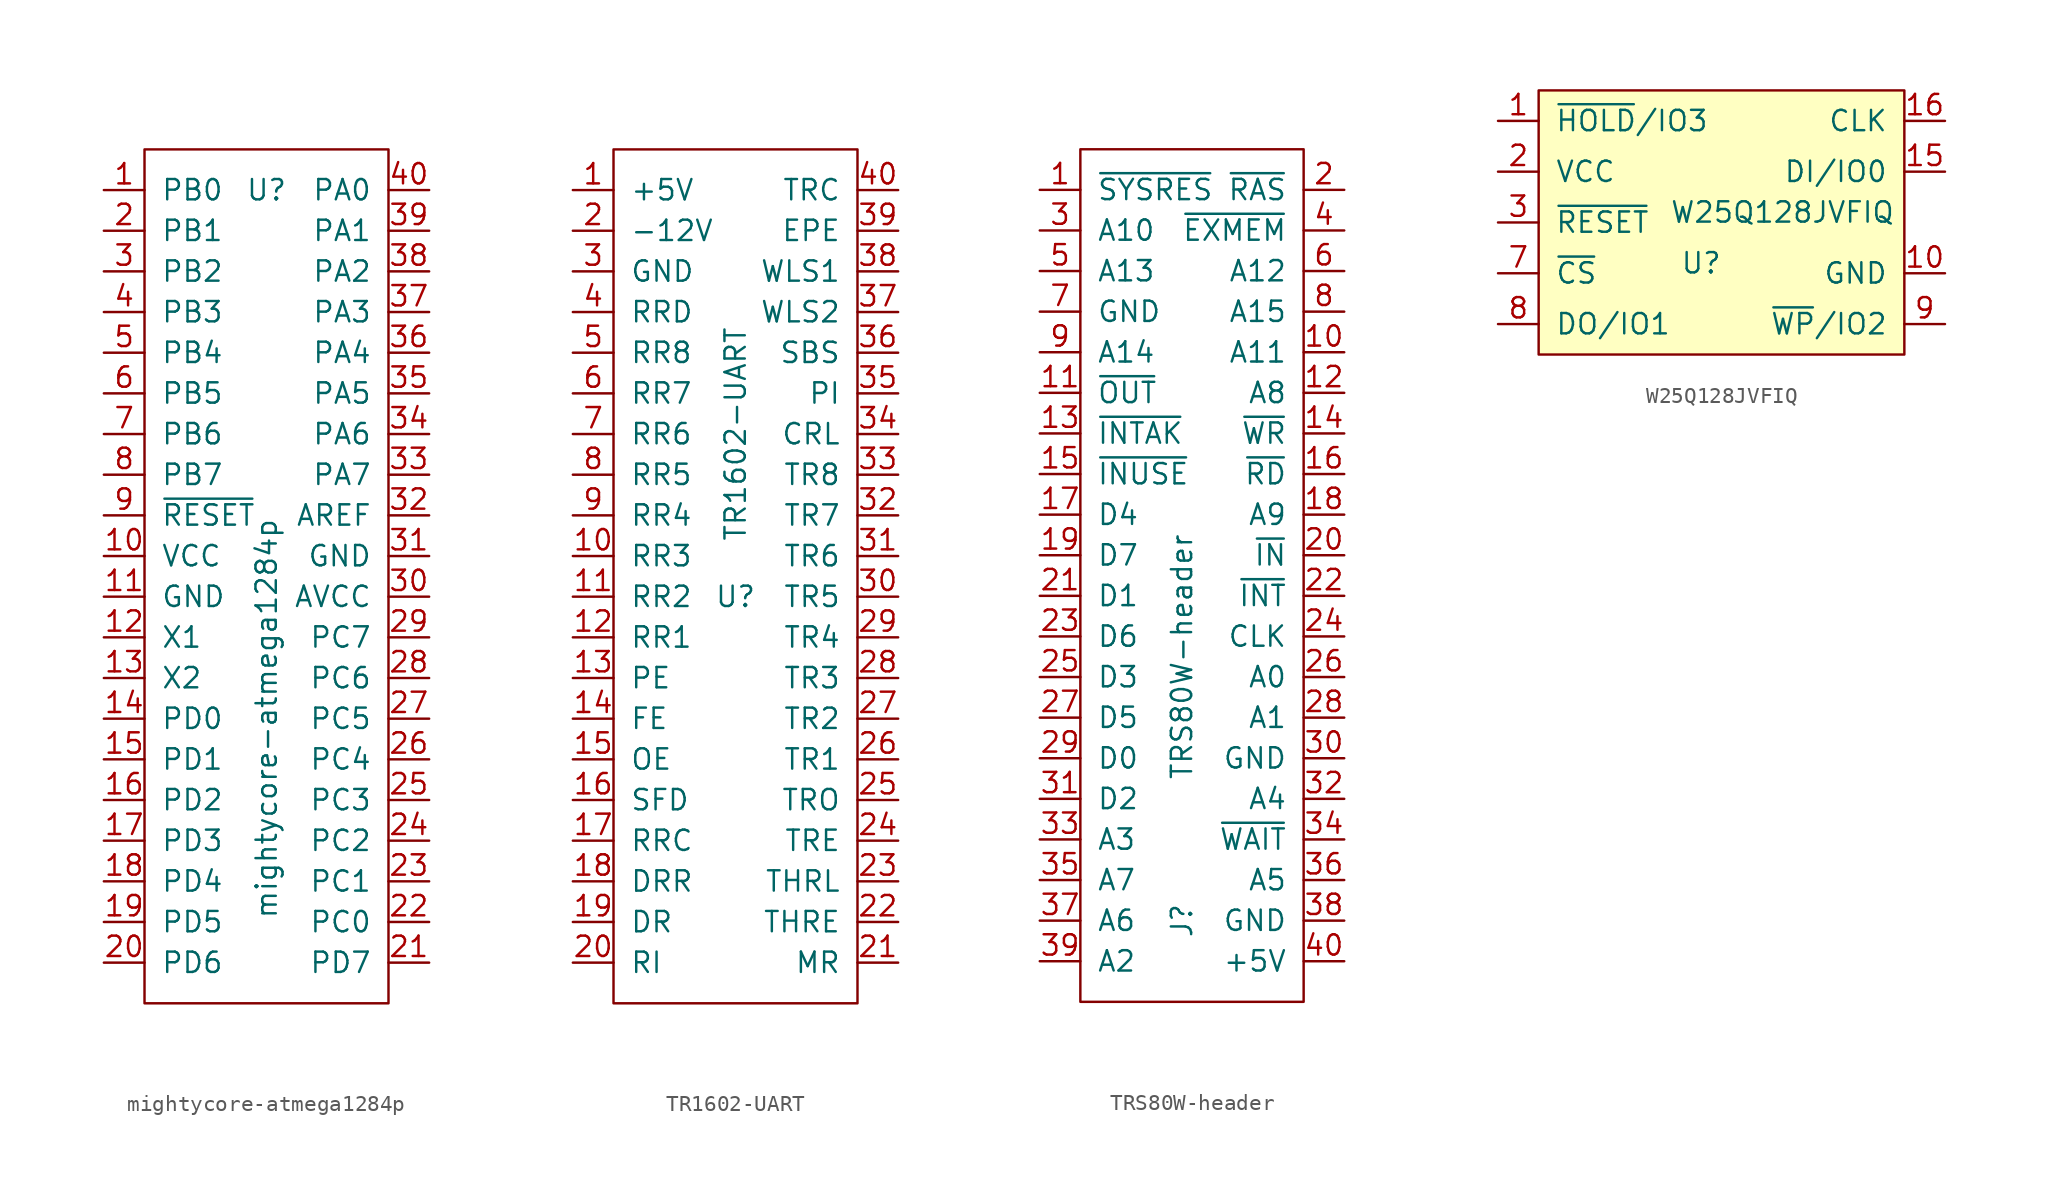
<source format=kicad_sym>
(kicad_symbol_lib
  (version 20211014)
  (generator kicad_symbol_editor)
  (symbol "mightycore-atmega1284p"
    (pin_names
      (offset 1.016))
    (property "Reference" "U"
      (at 0 25.4 0)
      (effects (font (size 1.27 1.27))))
    (property "Value" "mightycore-atmega1284p"
      (at 0 -7.62 90)
      (effects (font (size 1.27 1.27))))
    (symbol "mightycore-atmega1284p_0_1"
      (rectangle (start -7.62 27.94) (end 7.62 -25.4) (stroke (width 0) (type default) (color 0 0 0 0)) (fill (type none))))
    (symbol "mightycore-atmega1284p_1_1"
      (pin bidirectional line (at -10.16 25.4 0) (length 2.54) (name "PB0" (effects (font (size 1.27 1.27)))) (number "1" (effects (font (size 1.27 1.27)))))
      (pin power_in line (at -10.16 2.54 0) (length 2.54) (name "VCC" (effects (font (size 1.27 1.27)))) (number "10" (effects (font (size 1.27 1.27)))))
      (pin power_in line (at -10.16 0 0) (length 2.54) (name "GND" (effects (font (size 1.27 1.27)))) (number "11" (effects (font (size 1.27 1.27)))))
      (pin bidirectional line (at -10.16 -2.54 0) (length 2.54) (name "X1" (effects (font (size 1.27 1.27)))) (number "12" (effects (font (size 1.27 1.27)))))
      (pin bidirectional line (at -10.16 -5.08 0) (length 2.54) (name "X2" (effects (font (size 1.27 1.27)))) (number "13" (effects (font (size 1.27 1.27)))))
      (pin bidirectional line (at -10.16 -7.62 0) (length 2.54) (name "PD0" (effects (font (size 1.27 1.27)))) (number "14" (effects (font (size 1.27 1.27)))))
      (pin bidirectional line (at -10.16 -10.16 0) (length 2.54) (name "PD1" (effects (font (size 1.27 1.27)))) (number "15" (effects (font (size 1.27 1.27)))))
      (pin bidirectional line (at -10.16 -12.7 0) (length 2.54) (name "PD2" (effects (font (size 1.27 1.27)))) (number "16" (effects (font (size 1.27 1.27)))))
      (pin bidirectional line (at -10.16 -15.24 0) (length 2.54) (name "PD3" (effects (font (size 1.27 1.27)))) (number "17" (effects (font (size 1.27 1.27)))))
      (pin bidirectional line (at -10.16 -17.78 0) (length 2.54) (name "PD4" (effects (font (size 1.27 1.27)))) (number "18" (effects (font (size 1.27 1.27)))))
      (pin bidirectional line (at -10.16 -20.32 0) (length 2.54) (name "PD5" (effects (font (size 1.27 1.27)))) (number "19" (effects (font (size 1.27 1.27)))))
      (pin bidirectional line (at -10.16 22.86 0) (length 2.54) (name "PB1" (effects (font (size 1.27 1.27)))) (number "2" (effects (font (size 1.27 1.27)))))
      (pin bidirectional line (at -10.16 -22.86 0) (length 2.54) (name "PD6" (effects (font (size 1.27 1.27)))) (number "20" (effects (font (size 1.27 1.27)))))
      (pin bidirectional line (at 10.16 -22.86 180) (length 2.54) (name "PD7" (effects (font (size 1.27 1.27)))) (number "21" (effects (font (size 1.27 1.27)))))
      (pin bidirectional line (at 10.16 -20.32 180) (length 2.54) (name "PC0" (effects (font (size 1.27 1.27)))) (number "22" (effects (font (size 1.27 1.27)))))
      (pin bidirectional line (at 10.16 -17.78 180) (length 2.54) (name "PC1" (effects (font (size 1.27 1.27)))) (number "23" (effects (font (size 1.27 1.27)))))
      (pin bidirectional line (at 10.16 -15.24 180) (length 2.54) (name "PC2" (effects (font (size 1.27 1.27)))) (number "24" (effects (font (size 1.27 1.27)))))
      (pin bidirectional line (at 10.16 -12.7 180) (length 2.54) (name "PC3" (effects (font (size 1.27 1.27)))) (number "25" (effects (font (size 1.27 1.27)))))
      (pin bidirectional line (at 10.16 -10.16 180) (length 2.54) (name "PC4" (effects (font (size 1.27 1.27)))) (number "26" (effects (font (size 1.27 1.27)))))
      (pin bidirectional line (at 10.16 -7.62 180) (length 2.54) (name "PC5" (effects (font (size 1.27 1.27)))) (number "27" (effects (font (size 1.27 1.27)))))
      (pin bidirectional line (at 10.16 -5.08 180) (length 2.54) (name "PC6" (effects (font (size 1.27 1.27)))) (number "28" (effects (font (size 1.27 1.27)))))
      (pin bidirectional line (at 10.16 -2.54 180) (length 2.54) (name "PC7" (effects (font (size 1.27 1.27)))) (number "29" (effects (font (size 1.27 1.27)))))
      (pin bidirectional line (at -10.16 20.32 0) (length 2.54) (name "PB2" (effects (font (size 1.27 1.27)))) (number "3" (effects (font (size 1.27 1.27)))))
      (pin power_in line (at 10.16 0 180) (length 2.54) (name "AVCC" (effects (font (size 1.27 1.27)))) (number "30" (effects (font (size 1.27 1.27)))))
      (pin power_in line (at 10.16 2.54 180) (length 2.54) (name "GND" (effects (font (size 1.27 1.27)))) (number "31" (effects (font (size 1.27 1.27)))))
      (pin power_in line (at 10.16 5.08 180) (length 2.54) (name "AREF" (effects (font (size 1.27 1.27)))) (number "32" (effects (font (size 1.27 1.27)))))
      (pin bidirectional line (at 10.16 7.62 180) (length 2.54) (name "PA7" (effects (font (size 1.27 1.27)))) (number "33" (effects (font (size 1.27 1.27)))))
      (pin bidirectional line (at 10.16 10.16 180) (length 2.54) (name "PA6" (effects (font (size 1.27 1.27)))) (number "34" (effects (font (size 1.27 1.27)))))
      (pin bidirectional line (at 10.16 12.7 180) (length 2.54) (name "PA5" (effects (font (size 1.27 1.27)))) (number "35" (effects (font (size 1.27 1.27)))))
      (pin bidirectional line (at 10.16 15.24 180) (length 2.54) (name "PA4" (effects (font (size 1.27 1.27)))) (number "36" (effects (font (size 1.27 1.27)))))
      (pin bidirectional line (at 10.16 17.78 180) (length 2.54) (name "PA3" (effects (font (size 1.27 1.27)))) (number "37" (effects (font (size 1.27 1.27)))))
      (pin bidirectional line (at 10.16 20.32 180) (length 2.54) (name "PA2" (effects (font (size 1.27 1.27)))) (number "38" (effects (font (size 1.27 1.27)))))
      (pin bidirectional line (at 10.16 22.86 180) (length 2.54) (name "PA1" (effects (font (size 1.27 1.27)))) (number "39" (effects (font (size 1.27 1.27)))))
      (pin bidirectional line (at -10.16 17.78 0) (length 2.54) (name "PB3" (effects (font (size 1.27 1.27)))) (number "4" (effects (font (size 1.27 1.27)))))
      (pin bidirectional line (at 10.16 25.4 180) (length 2.54) (name "PA0" (effects (font (size 1.27 1.27)))) (number "40" (effects (font (size 1.27 1.27)))))
      (pin bidirectional line (at -10.16 15.24 0) (length 2.54) (name "PB4" (effects (font (size 1.27 1.27)))) (number "5" (effects (font (size 1.27 1.27)))))
      (pin bidirectional line (at -10.16 12.7 0) (length 2.54) (name "PB5" (effects (font (size 1.27 1.27)))) (number "6" (effects (font (size 1.27 1.27)))))
      (pin bidirectional line (at -10.16 10.16 0) (length 2.54) (name "PB6" (effects (font (size 1.27 1.27)))) (number "7" (effects (font (size 1.27 1.27)))))
      (pin bidirectional line (at -10.16 7.62 0) (length 2.54) (name "PB7" (effects (font (size 1.27 1.27)))) (number "8" (effects (font (size 1.27 1.27)))))
      (pin input line (at -10.16 5.08 0) (length 2.54) (name "~{RESET}" (effects (font (size 1.27 1.27)))) (number "9" (effects (font (size 1.27 1.27)))))))
  (symbol "TR1602-UART"
    (pin_names
      (offset 1.016))
    (property "Reference" "U"
      (at 0 0 0)
      (effects (font (size 1.27 1.27))))
    (property "Value" "TR1602-UART"
      (at 0 10.16 90)
      (effects (font (size 1.27 1.27))))
    (symbol "TR1602-UART_0_1"
      (rectangle (start -7.62 27.94) (end 7.62 -25.4) (stroke (width 0) (type default) (color 0 0 0 0)) (fill (type none))))
    (symbol "TR1602-UART_1_1"
      (pin power_in line (at -10.16 25.4 0) (length 2.54) (name "+5V" (effects (font (size 1.27 1.27)))) (number "1" (effects (font (size 1.27 1.27)))))
      (pin tri_state line (at -10.16 2.54 0) (length 2.54) (name "RR3" (effects (font (size 1.27 1.27)))) (number "10" (effects (font (size 1.27 1.27)))))
      (pin tri_state line (at -10.16 0 0) (length 2.54) (name "RR2" (effects (font (size 1.27 1.27)))) (number "11" (effects (font (size 1.27 1.27)))))
      (pin tri_state line (at -10.16 -2.54 0) (length 2.54) (name "RR1" (effects (font (size 1.27 1.27)))) (number "12" (effects (font (size 1.27 1.27)))))
      (pin tri_state line (at -10.16 -5.08 0) (length 2.54) (name "PE" (effects (font (size 1.27 1.27)))) (number "13" (effects (font (size 1.27 1.27)))))
      (pin tri_state line (at -10.16 -7.62 0) (length 2.54) (name "FE" (effects (font (size 1.27 1.27)))) (number "14" (effects (font (size 1.27 1.27)))))
      (pin tri_state line (at -10.16 -10.16 0) (length 2.54) (name "OE" (effects (font (size 1.27 1.27)))) (number "15" (effects (font (size 1.27 1.27)))))
      (pin input line (at -10.16 -12.7 0) (length 2.54) (name "SFD" (effects (font (size 1.27 1.27)))) (number "16" (effects (font (size 1.27 1.27)))))
      (pin input line (at -10.16 -15.24 0) (length 2.54) (name "RRC" (effects (font (size 1.27 1.27)))) (number "17" (effects (font (size 1.27 1.27)))))
      (pin input line (at -10.16 -17.78 0) (length 2.54) (name "DRR" (effects (font (size 1.27 1.27)))) (number "18" (effects (font (size 1.27 1.27)))))
      (pin tri_state line (at -10.16 -20.32 0) (length 2.54) (name "DR" (effects (font (size 1.27 1.27)))) (number "19" (effects (font (size 1.27 1.27)))))
      (pin power_in line (at -10.16 22.86 0) (length 2.54) (name "-12V" (effects (font (size 1.27 1.27)))) (number "2" (effects (font (size 1.27 1.27)))))
      (pin input line (at -10.16 -22.86 0) (length 2.54) (name "RI" (effects (font (size 1.27 1.27)))) (number "20" (effects (font (size 1.27 1.27)))))
      (pin input line (at 10.16 -22.86 180) (length 2.54) (name "MR" (effects (font (size 1.27 1.27)))) (number "21" (effects (font (size 1.27 1.27)))))
      (pin tri_state line (at 10.16 -20.32 180) (length 2.54) (name "THRE" (effects (font (size 1.27 1.27)))) (number "22" (effects (font (size 1.27 1.27)))))
      (pin input line (at 10.16 -17.78 180) (length 2.54) (name "THRL" (effects (font (size 1.27 1.27)))) (number "23" (effects (font (size 1.27 1.27)))))
      (pin tri_state line (at 10.16 -15.24 180) (length 2.54) (name "TRE" (effects (font (size 1.27 1.27)))) (number "24" (effects (font (size 1.27 1.27)))))
      (pin tri_state line (at 10.16 -12.7 180) (length 2.54) (name "TRO" (effects (font (size 1.27 1.27)))) (number "25" (effects (font (size 1.27 1.27)))))
      (pin tri_state line (at 10.16 -10.16 180) (length 2.54) (name "TR1" (effects (font (size 1.27 1.27)))) (number "26" (effects (font (size 1.27 1.27)))))
      (pin tri_state line (at 10.16 -7.62 180) (length 2.54) (name "TR2" (effects (font (size 1.27 1.27)))) (number "27" (effects (font (size 1.27 1.27)))))
      (pin tri_state line (at 10.16 -5.08 180) (length 2.54) (name "TR3" (effects (font (size 1.27 1.27)))) (number "28" (effects (font (size 1.27 1.27)))))
      (pin tri_state line (at 10.16 -2.54 180) (length 2.54) (name "TR4" (effects (font (size 1.27 1.27)))) (number "29" (effects (font (size 1.27 1.27)))))
      (pin power_in line (at -10.16 20.32 0) (length 2.54) (name "GND" (effects (font (size 1.27 1.27)))) (number "3" (effects (font (size 1.27 1.27)))))
      (pin tri_state line (at 10.16 0 180) (length 2.54) (name "TR5" (effects (font (size 1.27 1.27)))) (number "30" (effects (font (size 1.27 1.27)))))
      (pin tri_state line (at 10.16 2.54 180) (length 2.54) (name "TR6" (effects (font (size 1.27 1.27)))) (number "31" (effects (font (size 1.27 1.27)))))
      (pin tri_state line (at 10.16 5.08 180) (length 2.54) (name "TR7" (effects (font (size 1.27 1.27)))) (number "32" (effects (font (size 1.27 1.27)))))
      (pin tri_state line (at 10.16 7.62 180) (length 2.54) (name "TR8" (effects (font (size 1.27 1.27)))) (number "33" (effects (font (size 1.27 1.27)))))
      (pin input line (at 10.16 10.16 180) (length 2.54) (name "CRL" (effects (font (size 1.27 1.27)))) (number "34" (effects (font (size 1.27 1.27)))))
      (pin input line (at 10.16 12.7 180) (length 2.54) (name "PI" (effects (font (size 1.27 1.27)))) (number "35" (effects (font (size 1.27 1.27)))))
      (pin input line (at 10.16 15.24 180) (length 2.54) (name "SBS" (effects (font (size 1.27 1.27)))) (number "36" (effects (font (size 1.27 1.27)))))
      (pin input line (at 10.16 17.78 180) (length 2.54) (name "WLS2" (effects (font (size 1.27 1.27)))) (number "37" (effects (font (size 1.27 1.27)))))
      (pin input line (at 10.16 20.32 180) (length 2.54) (name "WLS1" (effects (font (size 1.27 1.27)))) (number "38" (effects (font (size 1.27 1.27)))))
      (pin input line (at 10.16 22.86 180) (length 2.54) (name "EPE" (effects (font (size 1.27 1.27)))) (number "39" (effects (font (size 1.27 1.27)))))
      (pin tri_state line (at -10.16 17.78 0) (length 2.54) (name "RRD" (effects (font (size 1.27 1.27)))) (number "4" (effects (font (size 1.27 1.27)))))
      (pin input line (at 10.16 25.4 180) (length 2.54) (name "TRC" (effects (font (size 1.27 1.27)))) (number "40" (effects (font (size 1.27 1.27)))))
      (pin tri_state line (at -10.16 15.24 0) (length 2.54) (name "RR8" (effects (font (size 1.27 1.27)))) (number "5" (effects (font (size 1.27 1.27)))))
      (pin tri_state line (at -10.16 12.7 0) (length 2.54) (name "RR7" (effects (font (size 1.27 1.27)))) (number "6" (effects (font (size 1.27 1.27)))))
      (pin tri_state line (at -10.16 10.16 0) (length 2.54) (name "RR6" (effects (font (size 1.27 1.27)))) (number "7" (effects (font (size 1.27 1.27)))))
      (pin tri_state line (at -10.16 7.62 0) (length 2.54) (name "RR5" (effects (font (size 1.27 1.27)))) (number "8" (effects (font (size 1.27 1.27)))))
      (pin tri_state line (at -10.16 5.08 0) (length 2.54) (name "RR4" (effects (font (size 1.27 1.27)))) (number "9" (effects (font (size 1.27 1.27)))))))
  (symbol "TRS80W-header"
    (pin_names
      (offset 1.016))
    (property "Reference" "J"
      (at 0 -22.86 90)
      (effects (font (size 1.27 1.27))))
    (property "Value" "TRS80W-header"
      (at 0 -6.35 90)
      (effects (font (size 1.27 1.27))))
    (symbol "TRS80W-header_0_1"
      (rectangle (start -6.35 25.4) (end 7.62 -27.94) (stroke (width 0) (type default) (color 0 0 0 0)) (fill (type none))))
    (symbol "TRS80W-header_1_1"
      (pin passive line (at -8.89 22.86 0) (length 2.54) (name "~{SYSRES}" (effects (font (size 1.27 1.27)))) (number "1" (effects (font (size 1.27 1.27)))))
      (pin passive line (at 10.16 12.7 180) (length 2.54) (name "A11" (effects (font (size 1.27 1.27)))) (number "10" (effects (font (size 1.27 1.27)))))
      (pin passive line (at -8.89 10.16 0) (length 2.54) (name "~{OUT}" (effects (font (size 1.27 1.27)))) (number "11" (effects (font (size 1.27 1.27)))))
      (pin passive line (at 10.16 10.16 180) (length 2.54) (name "A8" (effects (font (size 1.27 1.27)))) (number "12" (effects (font (size 1.27 1.27)))))
      (pin passive line (at -8.89 7.62 0) (length 2.54) (name "~{INTAK}" (effects (font (size 1.27 1.27)))) (number "13" (effects (font (size 1.27 1.27)))))
      (pin passive line (at 10.16 7.62 180) (length 2.54) (name "~{WR}" (effects (font (size 1.27 1.27)))) (number "14" (effects (font (size 1.27 1.27)))))
      (pin passive line (at -8.89 5.08 0) (length 2.54) (name "~{INUSE}" (effects (font (size 1.27 1.27)))) (number "15" (effects (font (size 1.27 1.27)))))
      (pin passive line (at 10.16 5.08 180) (length 2.54) (name "~{RD}" (effects (font (size 1.27 1.27)))) (number "16" (effects (font (size 1.27 1.27)))))
      (pin passive line (at -8.89 2.54 0) (length 2.54) (name "D4" (effects (font (size 1.27 1.27)))) (number "17" (effects (font (size 1.27 1.27)))))
      (pin passive line (at 10.16 2.54 180) (length 2.54) (name "A9" (effects (font (size 1.27 1.27)))) (number "18" (effects (font (size 1.27 1.27)))))
      (pin passive line (at -8.89 0 0) (length 2.54) (name "D7" (effects (font (size 1.27 1.27)))) (number "19" (effects (font (size 1.27 1.27)))))
      (pin passive line (at 10.16 22.86 180) (length 2.54) (name "~{RAS}" (effects (font (size 1.27 1.27)))) (number "2" (effects (font (size 1.27 1.27)))))
      (pin passive line (at 10.16 0 180) (length 2.54) (name "~{IN}" (effects (font (size 1.27 1.27)))) (number "20" (effects (font (size 1.27 1.27)))))
      (pin passive line (at -8.89 -2.54 0) (length 2.54) (name "D1" (effects (font (size 1.27 1.27)))) (number "21" (effects (font (size 1.27 1.27)))))
      (pin passive line (at 10.16 -2.54 180) (length 2.54) (name "~{INT}" (effects (font (size 1.27 1.27)))) (number "22" (effects (font (size 1.27 1.27)))))
      (pin passive line (at -8.89 -5.08 0) (length 2.54) (name "D6" (effects (font (size 1.27 1.27)))) (number "23" (effects (font (size 1.27 1.27)))))
      (pin passive line (at 10.16 -5.08 180) (length 2.54) (name "CLK" (effects (font (size 1.27 1.27)))) (number "24" (effects (font (size 1.27 1.27)))))
      (pin passive line (at -8.89 -7.62 0) (length 2.54) (name "D3" (effects (font (size 1.27 1.27)))) (number "25" (effects (font (size 1.27 1.27)))))
      (pin passive line (at 10.16 -7.62 180) (length 2.54) (name "A0" (effects (font (size 1.27 1.27)))) (number "26" (effects (font (size 1.27 1.27)))))
      (pin passive line (at -8.89 -10.16 0) (length 2.54) (name "D5" (effects (font (size 1.27 1.27)))) (number "27" (effects (font (size 1.27 1.27)))))
      (pin passive line (at 10.16 -10.16 180) (length 2.54) (name "A1" (effects (font (size 1.27 1.27)))) (number "28" (effects (font (size 1.27 1.27)))))
      (pin passive line (at -8.89 -12.7 0) (length 2.54) (name "D0" (effects (font (size 1.27 1.27)))) (number "29" (effects (font (size 1.27 1.27)))))
      (pin passive line (at -8.89 20.32 0) (length 2.54) (name "A10" (effects (font (size 1.27 1.27)))) (number "3" (effects (font (size 1.27 1.27)))))
      (pin passive line (at 10.16 -12.7 180) (length 2.54) (name "GND" (effects (font (size 1.27 1.27)))) (number "30" (effects (font (size 1.27 1.27)))))
      (pin passive line (at -8.89 -15.24 0) (length 2.54) (name "D2" (effects (font (size 1.27 1.27)))) (number "31" (effects (font (size 1.27 1.27)))))
      (pin passive line (at 10.16 -15.24 180) (length 2.54) (name "A4" (effects (font (size 1.27 1.27)))) (number "32" (effects (font (size 1.27 1.27)))))
      (pin passive line (at -8.89 -17.78 0) (length 2.54) (name "A3" (effects (font (size 1.27 1.27)))) (number "33" (effects (font (size 1.27 1.27)))))
      (pin passive line (at 10.16 -17.78 180) (length 2.54) (name "~{WAIT}" (effects (font (size 1.27 1.27)))) (number "34" (effects (font (size 1.27 1.27)))))
      (pin passive line (at -8.89 -20.32 0) (length 2.54) (name "A7" (effects (font (size 1.27 1.27)))) (number "35" (effects (font (size 1.27 1.27)))))
      (pin passive line (at 10.16 -20.32 180) (length 2.54) (name "A5" (effects (font (size 1.27 1.27)))) (number "36" (effects (font (size 1.27 1.27)))))
      (pin passive line (at -8.89 -22.86 0) (length 2.54) (name "A6" (effects (font (size 1.27 1.27)))) (number "37" (effects (font (size 1.27 1.27)))))
      (pin passive line (at 10.16 -22.86 180) (length 2.54) (name "GND" (effects (font (size 1.27 1.27)))) (number "38" (effects (font (size 1.27 1.27)))))
      (pin passive line (at -8.89 -25.4 0) (length 2.54) (name "A2" (effects (font (size 1.27 1.27)))) (number "39" (effects (font (size 1.27 1.27)))))
      (pin passive line (at 10.16 20.32 180) (length 2.54) (name "~{EXMEM}" (effects (font (size 1.27 1.27)))) (number "4" (effects (font (size 1.27 1.27)))))
      (pin passive line (at 10.16 -25.4 180) (length 2.54) (name "+5V" (effects (font (size 1.27 1.27)))) (number "40" (effects (font (size 1.27 1.27)))))
      (pin passive line (at -8.89 17.78 0) (length 2.54) (name "A13" (effects (font (size 1.27 1.27)))) (number "5" (effects (font (size 1.27 1.27)))))
      (pin passive line (at 10.16 17.78 180) (length 2.54) (name "A12" (effects (font (size 1.27 1.27)))) (number "6" (effects (font (size 1.27 1.27)))))
      (pin passive line (at -8.89 15.24 0) (length 2.54) (name "GND" (effects (font (size 1.27 1.27)))) (number "7" (effects (font (size 1.27 1.27)))))
      (pin passive line (at 10.16 15.24 180) (length 2.54) (name "A15" (effects (font (size 1.27 1.27)))) (number "8" (effects (font (size 1.27 1.27)))))
      (pin passive line (at -8.89 12.7 0) (length 2.54) (name "A14" (effects (font (size 1.27 1.27)))) (number "9" (effects (font (size 1.27 1.27)))))))
  (symbol "W25Q128JVFIQ"
    (pin_names
      (offset 1.016))
    (property "Reference" "U"
      (at -1.905 -1.905 0)
      (effects (font (size 1.27 1.27))))
    (property "Value" "W25Q128JVFIQ"
      (at 3.175 1.27 0)
      (effects (font (size 1.27 1.27))))
    (symbol "W25Q128JVFIQ_0_1"
      (rectangle (start -12.065 8.89) (end 10.795 -7.62) (stroke (width 0) (type default) (color 0 0 0 0)) (fill (type background))))
    (symbol "W25Q128JVFIQ_1_1"
      (pin bidirectional line (at -14.605 6.985 0) (length 2.54) (name "~{HOLD}/IO3" (effects (font (size 1.27 1.27)))) (number "1" (effects (font (size 1.27 1.27)))))
      (pin power_in line (at 13.335 -2.54 180) (length 2.54) (name "GND" (effects (font (size 1.27 1.27)))) (number "10" (effects (font (size 1.27 1.27)))))
      (pin bidirectional line (at 13.335 3.81 180) (length 2.54) (name "DI/IO0" (effects (font (size 1.27 1.27)))) (number "15" (effects (font (size 1.27 1.27)))))
      (pin input line (at 13.335 6.985 180) (length 2.54) (name "CLK" (effects (font (size 1.27 1.27)))) (number "16" (effects (font (size 1.27 1.27)))))
      (pin power_in line (at -14.605 3.81 0) (length 2.54) (name "VCC" (effects (font (size 1.27 1.27)))) (number "2" (effects (font (size 1.27 1.27)))))
      (pin input line (at -14.605 0.635 0) (length 2.54) (name "~{RESET}" (effects (font (size 1.27 1.27)))) (number "3" (effects (font (size 1.27 1.27)))))
      (pin input line (at -14.605 -2.54 0) (length 2.54) (name "~{CS}" (effects (font (size 1.27 1.27)))) (number "7" (effects (font (size 1.27 1.27)))))
      (pin bidirectional line (at -14.605 -5.715 0) (length 2.54) (name "DO/IO1" (effects (font (size 1.27 1.27)))) (number "8" (effects (font (size 1.27 1.27)))))
      (pin bidirectional line (at 13.335 -5.715 180) (length 2.54) (name "~{WP}/IO2" (effects (font (size 1.27 1.27)))) (number "9" (effects (font (size 1.27 1.27))))))))
</source>
